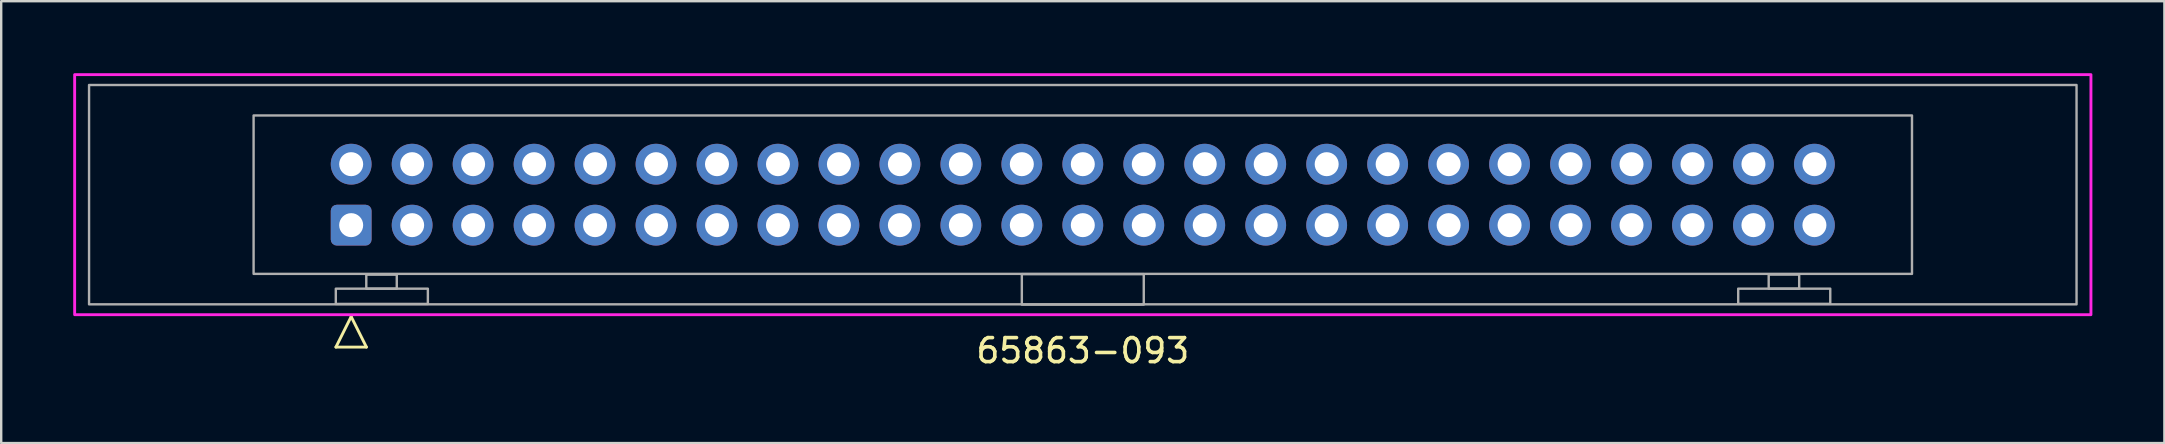
<source format=kicad_pcb>
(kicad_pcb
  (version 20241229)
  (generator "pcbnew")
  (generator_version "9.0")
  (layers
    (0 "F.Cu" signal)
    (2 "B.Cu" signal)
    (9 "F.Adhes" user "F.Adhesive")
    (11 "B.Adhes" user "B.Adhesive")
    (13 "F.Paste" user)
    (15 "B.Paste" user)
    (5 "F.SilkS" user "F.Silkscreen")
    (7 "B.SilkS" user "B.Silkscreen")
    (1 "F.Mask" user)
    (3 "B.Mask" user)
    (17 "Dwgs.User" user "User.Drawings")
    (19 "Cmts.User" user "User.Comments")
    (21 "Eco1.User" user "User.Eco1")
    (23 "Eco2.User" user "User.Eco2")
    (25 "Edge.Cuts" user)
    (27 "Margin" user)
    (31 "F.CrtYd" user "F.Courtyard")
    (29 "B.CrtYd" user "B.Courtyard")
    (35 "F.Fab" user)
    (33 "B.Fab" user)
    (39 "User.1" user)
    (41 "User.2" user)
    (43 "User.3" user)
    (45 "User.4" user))
  (footprint "65863-093"
    (layer "F.Cu")
    (at 42.06 5.06)
    (property "Reference" "65863-093" (at 0 6.5 0) (unlocked yes) (layer "F.SilkS") (effects (font (size 1 1) (thickness 0.15))))
    (attr through_hole)
    (fp_line (start -31.115 6.35) (end -29.845 6.35) (stroke (width 0.12) (type default)) (layer "F.SilkS"))
    (fp_line (start -30.48 5.08) (end -31.115 6.35) (stroke (width 0.12) (type default)) (layer "F.SilkS"))
    (fp_line (start -29.845 6.35) (end -30.48 5.08) (stroke (width 0.12) (type default)) (layer "F.SilkS"))
    (fp_rect (start -42 -5) (end 42 5) (stroke (width 0.12) (type default)) (fill no) (layer "F.CrtYd"))
    (fp_rect (start -41.4 -4.57) (end 41.4 4.57) (stroke (width 0.1) (type default)) (fill no) (layer "F.Fab"))
    (fp_rect (start -34.545 -3.3) (end 34.545 3.3) (stroke (width 0.1) (type default)) (fill no) (layer "F.Fab"))
    (fp_rect (start -31.12 3.917) (end -27.285 4.553) (stroke (width 0.1) (type default)) (fill no) (layer "F.Fab"))
    (fp_rect (start -29.85 3.333) (end -28.58 3.917) (stroke (width 0.1) (type default)) (fill no) (layer "F.Fab"))
    (fp_rect (start -2.54 3.31) (end 2.54 4.58) (stroke (width 0.1) (type default)) (fill no) (layer "F.Fab"))
    (fp_rect (start 27.305 3.915) (end 31.14 4.55) (stroke (width 0.1) (type default)) (fill no) (layer "F.Fab"))
    (fp_rect (start 28.575 3.33) (end 29.845 3.915) (stroke (width 0.1) (type default)) (fill no) (layer "F.Fab"))
    (pad "1" thru_hole roundrect (at -30.48 1.27) (size 1.7 1.7) (drill 1) (layers "*.Cu" "*.Mask") (remove_unused_layers yes) (keep_end_layers yes) (zone_layer_connections) (roundrect_rratio 0.147))
    (pad "2" thru_hole circle (at -30.48 -1.27) (size 1.7 1.7) (drill 1) (layers "*.Cu" "*.Mask") (remove_unused_layers yes) (keep_end_layers yes) (zone_layer_connections))
    (pad "3" thru_hole circle (at -27.94 1.27) (size 1.7 1.7) (drill 1) (layers "*.Cu" "*.Mask") (remove_unused_layers yes) (keep_end_layers yes) (zone_layer_connections))
    (pad "4" thru_hole circle (at -27.94 -1.27) (size 1.7 1.7) (drill 1) (layers "*.Cu" "*.Mask") (remove_unused_layers yes) (keep_end_layers yes) (zone_layer_connections))
    (pad "5" thru_hole circle (at -25.4 1.27) (size 1.7 1.7) (drill 1) (layers "*.Cu" "*.Mask") (remove_unused_layers yes) (keep_end_layers yes) (zone_layer_connections))
    (pad "6" thru_hole circle (at -25.4 -1.27) (size 1.7 1.7) (drill 1) (layers "*.Cu" "*.Mask") (remove_unused_layers yes) (keep_end_layers yes) (zone_layer_connections))
    (pad "7" thru_hole circle (at -22.86 1.27) (size 1.7 1.7) (drill 1) (layers "*.Cu" "*.Mask") (remove_unused_layers yes) (keep_end_layers yes) (zone_layer_connections))
    (pad "8" thru_hole circle (at -22.86 -1.27) (size 1.7 1.7) (drill 1) (layers "*.Cu" "*.Mask") (remove_unused_layers yes) (keep_end_layers yes) (zone_layer_connections))
    (pad "9" thru_hole circle (at -20.32 1.27) (size 1.7 1.7) (drill 1) (layers "*.Cu" "*.Mask") (remove_unused_layers yes) (keep_end_layers yes) (zone_layer_connections))
    (pad "10" thru_hole circle (at -20.32 -1.27) (size 1.7 1.7) (drill 1) (layers "*.Cu" "*.Mask") (remove_unused_layers yes) (keep_end_layers yes) (zone_layer_connections))
    (pad "11" thru_hole circle (at -17.78 1.27) (size 1.7 1.7) (drill 1) (layers "*.Cu" "*.Mask") (remove_unused_layers yes) (keep_end_layers yes) (zone_layer_connections))
    (pad "12" thru_hole circle (at -17.78 -1.27) (size 1.7 1.7) (drill 1) (layers "*.Cu" "*.Mask") (remove_unused_layers yes) (keep_end_layers yes) (zone_layer_connections))
    (pad "13" thru_hole circle (at -15.24 1.27) (size 1.7 1.7) (drill 1) (layers "*.Cu" "*.Mask") (remove_unused_layers yes) (keep_end_layers yes) (zone_layer_connections))
    (pad "14" thru_hole circle (at -15.24 -1.27) (size 1.7 1.7) (drill 1) (layers "*.Cu" "*.Mask") (remove_unused_layers yes) (keep_end_layers yes) (zone_layer_connections))
    (pad "15" thru_hole circle (at -12.7 1.27) (size 1.7 1.7) (drill 1) (layers "*.Cu" "*.Mask") (remove_unused_layers yes) (keep_end_layers yes) (zone_layer_connections))
    (pad "16" thru_hole circle (at -12.7 -1.27) (size 1.7 1.7) (drill 1) (layers "*.Cu" "*.Mask") (remove_unused_layers yes) (keep_end_layers yes) (zone_layer_connections))
    (pad "17" thru_hole circle (at -10.16 1.27) (size 1.7 1.7) (drill 1) (layers "*.Cu" "*.Mask") (remove_unused_layers yes) (keep_end_layers yes) (zone_layer_connections))
    (pad "18" thru_hole circle (at -10.16 -1.27) (size 1.7 1.7) (drill 1) (layers "*.Cu" "*.Mask") (remove_unused_layers yes) (keep_end_layers yes) (zone_layer_connections))
    (pad "19" thru_hole circle (at -7.62 1.27) (size 1.7 1.7) (drill 1) (layers "*.Cu" "*.Mask") (remove_unused_layers yes) (keep_end_layers yes) (zone_layer_connections))
    (pad "20" thru_hole circle (at -7.62 -1.27) (size 1.7 1.7) (drill 1) (layers "*.Cu" "*.Mask") (remove_unused_layers yes) (keep_end_layers yes) (zone_layer_connections))
    (pad "21" thru_hole circle (at -5.08 1.27) (size 1.7 1.7) (drill 1) (layers "*.Cu" "*.Mask") (remove_unused_layers yes) (keep_end_layers yes) (zone_layer_connections))
    (pad "22" thru_hole circle (at -5.08 -1.27) (size 1.7 1.7) (drill 1) (layers "*.Cu" "*.Mask") (remove_unused_layers yes) (keep_end_layers yes) (zone_layer_connections))
    (pad "23" thru_hole circle (at -2.54 1.27) (size 1.7 1.7) (drill 1) (layers "*.Cu" "*.Mask") (remove_unused_layers yes) (keep_end_layers yes) (zone_layer_connections))
    (pad "24" thru_hole circle (at -2.54 -1.27) (size 1.7 1.7) (drill 1) (layers "*.Cu" "*.Mask") (remove_unused_layers yes) (keep_end_layers yes) (zone_layer_connections))
    (pad "25" thru_hole circle (at 0 1.27) (size 1.7 1.7) (drill 1) (layers "*.Cu" "*.Mask") (remove_unused_layers yes) (keep_end_layers yes) (zone_layer_connections))
    (pad "26" thru_hole circle (at 0 -1.27) (size 1.7 1.7) (drill 1) (layers "*.Cu" "*.Mask") (remove_unused_layers yes) (keep_end_layers yes) (zone_layer_connections))
    (pad "27" thru_hole circle (at 2.54 1.27) (size 1.7 1.7) (drill 1) (layers "*.Cu" "*.Mask") (remove_unused_layers yes) (keep_end_layers yes) (zone_layer_connections))
    (pad "28" thru_hole circle (at 2.54 -1.27) (size 1.7 1.7) (drill 1) (layers "*.Cu" "*.Mask") (remove_unused_layers yes) (keep_end_layers yes) (zone_layer_connections))
    (pad "29" thru_hole circle (at 5.08 1.27) (size 1.7 1.7) (drill 1) (layers "*.Cu" "*.Mask") (remove_unused_layers yes) (keep_end_layers yes) (zone_layer_connections))
    (pad "30" thru_hole circle (at 5.08 -1.27) (size 1.7 1.7) (drill 1) (layers "*.Cu" "*.Mask") (remove_unused_layers yes) (keep_end_layers yes) (zone_layer_connections))
    (pad "31" thru_hole circle (at 7.62 1.27) (size 1.7 1.7) (drill 1) (layers "*.Cu" "*.Mask") (remove_unused_layers yes) (keep_end_layers yes) (zone_layer_connections))
    (pad "32" thru_hole circle (at 7.62 -1.27) (size 1.7 1.7) (drill 1) (layers "*.Cu" "*.Mask") (remove_unused_layers yes) (keep_end_layers yes) (zone_layer_connections))
    (pad "33" thru_hole circle (at 10.16 1.27) (size 1.7 1.7) (drill 1) (layers "*.Cu" "*.Mask") (remove_unused_layers yes) (keep_end_layers yes) (zone_layer_connections))
    (pad "34" thru_hole circle (at 10.16 -1.27) (size 1.7 1.7) (drill 1) (layers "*.Cu" "*.Mask") (remove_unused_layers yes) (keep_end_layers yes) (zone_layer_connections))
    (pad "35" thru_hole circle (at 12.7 1.27) (size 1.7 1.7) (drill 1) (layers "*.Cu" "*.Mask") (remove_unused_layers yes) (keep_end_layers yes) (zone_layer_connections))
    (pad "36" thru_hole circle (at 12.7 -1.27) (size 1.7 1.7) (drill 1) (layers "*.Cu" "*.Mask") (remove_unused_layers yes) (keep_end_layers yes) (zone_layer_connections))
    (pad "37" thru_hole circle (at 15.24 1.27) (size 1.7 1.7) (drill 1) (layers "*.Cu" "*.Mask") (remove_unused_layers yes) (keep_end_layers yes) (zone_layer_connections))
    (pad "38" thru_hole circle (at 15.24 -1.27) (size 1.7 1.7) (drill 1) (layers "*.Cu" "*.Mask") (remove_unused_layers yes) (keep_end_layers yes) (zone_layer_connections))
    (pad "39" thru_hole circle (at 17.78 1.27) (size 1.7 1.7) (drill 1) (layers "*.Cu" "*.Mask") (remove_unused_layers yes) (keep_end_layers yes) (zone_layer_connections))
    (pad "40" thru_hole circle (at 17.78 -1.27) (size 1.7 1.7) (drill 1) (layers "*.Cu" "*.Mask") (remove_unused_layers yes) (keep_end_layers yes) (zone_layer_connections))
    (pad "41" thru_hole circle (at 20.32 1.27) (size 1.7 1.7) (drill 1) (layers "*.Cu" "*.Mask") (remove_unused_layers yes) (keep_end_layers yes) (zone_layer_connections))
    (pad "42" thru_hole circle (at 20.32 -1.27) (size 1.7 1.7) (drill 1) (layers "*.Cu" "*.Mask") (remove_unused_layers yes) (keep_end_layers yes) (zone_layer_connections))
    (pad "43" thru_hole circle (at 22.86 1.27) (size 1.7 1.7) (drill 1) (layers "*.Cu" "*.Mask") (remove_unused_layers yes) (keep_end_layers yes) (zone_layer_connections))
    (pad "44" thru_hole circle (at 22.86 -1.27) (size 1.7 1.7) (drill 1) (layers "*.Cu" "*.Mask") (remove_unused_layers yes) (keep_end_layers yes) (zone_layer_connections))
    (pad "45" thru_hole circle (at 25.4 1.27) (size 1.7 1.7) (drill 1) (layers "*.Cu" "*.Mask") (remove_unused_layers yes) (keep_end_layers yes) (zone_layer_connections))
    (pad "46" thru_hole circle (at 25.4 -1.27) (size 1.7 1.7) (drill 1) (layers "*.Cu" "*.Mask") (remove_unused_layers yes) (keep_end_layers yes) (zone_layer_connections))
    (pad "47" thru_hole circle (at 27.94 1.27) (size 1.7 1.7) (drill 1) (layers "*.Cu" "*.Mask") (remove_unused_layers yes) (keep_end_layers yes) (zone_layer_connections))
    (pad "48" thru_hole circle (at 27.94 -1.27) (size 1.7 1.7) (drill 1) (layers "*.Cu" "*.Mask") (remove_unused_layers yes) (keep_end_layers yes) (zone_layer_connections))
    (pad "49" thru_hole circle (at 30.48 1.27) (size 1.7 1.7) (drill 1) (layers "*.Cu" "*.Mask") (remove_unused_layers yes) (keep_end_layers yes) (zone_layer_connections))
    (pad "50" thru_hole circle (at 30.48 -1.27) (size 1.7 1.7) (drill 1) (layers "*.Cu" "*.Mask") (remove_unused_layers yes) (keep_end_layers yes) (zone_layer_connections)))
  (gr_rect
    (start -3 -3)
    (end 87.12 15.408)
    (stroke (width 0.1) (type default))
    (fill no)
    (layer "Edge.Cuts")))
</source>
